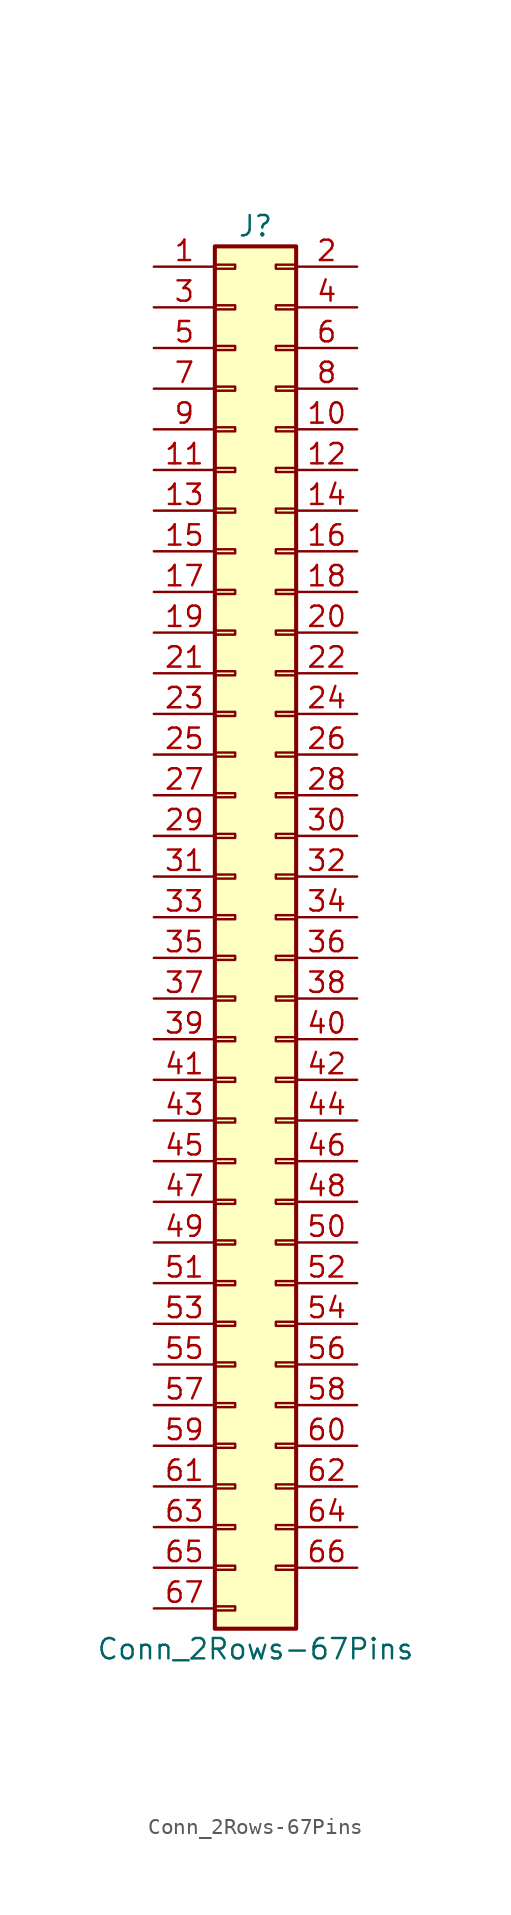
<source format=kicad_sym>
(kicad_symbol_lib
  (version 20201005)
  (generator kicad_symbol_editor)
  (symbol "Connector_Generic:Conn_2Rows-67Pins"
    (pin_names
      (offset 1.016) hide)
    (property "Reference" "J"
      (at 1.27 43.18 0)
      (effects (font (size 1.27 1.27))))
    (property "Value" "Conn_2Rows-67Pins"
      (at 1.27 -45.72 0)
      (effects (font (size 1.27 1.27))))
    (symbol "Conn_2Rows-67Pins_1_1"
      (rectangle (start -1.27 -27.813) (end 0 -28.067) (stroke (width 0.152)) (fill (type none)))
      (rectangle (start -1.27 -30.353) (end 0 -30.607) (stroke (width 0.152)) (fill (type none)))
      (rectangle (start -1.27 -32.893) (end 0 -33.147) (stroke (width 0.152)) (fill (type none)))
      (rectangle (start -1.27 -35.433) (end 0 -35.687) (stroke (width 0.152)) (fill (type none)))
      (rectangle (start -1.27 -37.973) (end 0 -38.227) (stroke (width 0.152)) (fill (type none)))
      (rectangle (start -1.27 -40.513) (end 0 -40.767) (stroke (width 0.152)) (fill (type none)))
      (rectangle (start -1.27 -43.053) (end 0 -43.307) (stroke (width 0.152)) (fill (type none)))
      (rectangle (start -1.27 -4.953) (end 0 -5.207) (stroke (width 0.152)) (fill (type none)))
      (rectangle (start -1.27 -7.493) (end 0 -7.747) (stroke (width 0.152)) (fill (type none)))
      (rectangle (start -1.27 -10.033) (end 0 -10.287) (stroke (width 0.152)) (fill (type none)))
      (rectangle (start -1.27 -12.573) (end 0 -12.827) (stroke (width 0.152)) (fill (type none)))
      (rectangle (start -1.27 -15.113) (end 0 -15.367) (stroke (width 0.152)) (fill (type none)))
      (rectangle (start -1.27 -17.653) (end 0 -17.907) (stroke (width 0.152)) (fill (type none)))
      (rectangle (start -1.27 -20.193) (end 0 -20.447) (stroke (width 0.152)) (fill (type none)))
      (rectangle (start -1.27 -22.733) (end 0 -22.987) (stroke (width 0.152)) (fill (type none)))
      (rectangle (start -1.27 -2.413) (end 0 -2.667) (stroke (width 0.152)) (fill (type none)))
      (rectangle (start -1.27 -25.273) (end 0 -25.527) (stroke (width 0.152)) (fill (type none)))
      (rectangle (start -1.27 25.527) (end 0 25.273) (stroke (width 0.152)) (fill (type none)))
      (rectangle (start -1.27 2.667) (end 0 2.413) (stroke (width 0.152)) (fill (type none)))
      (rectangle (start -1.27 28.067) (end 0 27.813) (stroke (width 0.152)) (fill (type none)))
      (rectangle (start -1.27 30.607) (end 0 30.353) (stroke (width 0.152)) (fill (type none)))
      (rectangle (start -1.27 33.147) (end 0 32.893) (stroke (width 0.152)) (fill (type none)))
      (rectangle (start -1.27 35.687) (end 0 35.433) (stroke (width 0.152)) (fill (type none)))
      (rectangle (start -1.27 38.227) (end 0 37.973) (stroke (width 0.152)) (fill (type none)))
      (rectangle (start -1.27 40.767) (end 0 40.513) (stroke (width 0.152)) (fill (type none)))
      (rectangle (start -1.27 41.91) (end 3.81 -44.45) (stroke (width 0.254)) (fill (type background)))
      (rectangle (start -1.27 5.207) (end 0 4.953) (stroke (width 0.152)) (fill (type none)))
      (rectangle (start -1.27 7.747) (end 0 7.493) (stroke (width 0.152)) (fill (type none)))
      (rectangle (start -1.27 10.287) (end 0 10.033) (stroke (width 0.152)) (fill (type none)))
      (rectangle (start -1.27 0.127) (end 0 -0.127) (stroke (width 0.152)) (fill (type none)))
      (rectangle (start -1.27 12.827) (end 0 12.573) (stroke (width 0.152)) (fill (type none)))
      (rectangle (start -1.27 15.367) (end 0 15.113) (stroke (width 0.152)) (fill (type none)))
      (rectangle (start -1.27 17.907) (end 0 17.653) (stroke (width 0.152)) (fill (type none)))
      (rectangle (start -1.27 20.447) (end 0 20.193) (stroke (width 0.152)) (fill (type none)))
      (rectangle (start -1.27 22.987) (end 0 22.733) (stroke (width 0.152)) (fill (type none)))
      (rectangle (start 3.81 -27.813) (end 2.54 -28.067) (stroke (width 0.152)) (fill (type none)))
      (rectangle (start 3.81 -30.353) (end 2.54 -30.607) (stroke (width 0.152)) (fill (type none)))
      (rectangle (start 3.81 -32.893) (end 2.54 -33.147) (stroke (width 0.152)) (fill (type none)))
      (rectangle (start 3.81 -35.433) (end 2.54 -35.687) (stroke (width 0.152)) (fill (type none)))
      (rectangle (start 3.81 -37.973) (end 2.54 -38.227) (stroke (width 0.152)) (fill (type none)))
      (rectangle (start 3.81 -40.513) (end 2.54 -40.767) (stroke (width 0.152)) (fill (type none)))
      (rectangle (start 3.81 -4.953) (end 2.54 -5.207) (stroke (width 0.152)) (fill (type none)))
      (rectangle (start 3.81 -7.493) (end 2.54 -7.747) (stroke (width 0.152)) (fill (type none)))
      (rectangle (start 3.81 -10.033) (end 2.54 -10.287) (stroke (width 0.152)) (fill (type none)))
      (rectangle (start 3.81 -12.573) (end 2.54 -12.827) (stroke (width 0.152)) (fill (type none)))
      (rectangle (start 3.81 -15.113) (end 2.54 -15.367) (stroke (width 0.152)) (fill (type none)))
      (rectangle (start 3.81 -17.653) (end 2.54 -17.907) (stroke (width 0.152)) (fill (type none)))
      (rectangle (start 3.81 -20.193) (end 2.54 -20.447) (stroke (width 0.152)) (fill (type none)))
      (rectangle (start 3.81 -22.733) (end 2.54 -22.987) (stroke (width 0.152)) (fill (type none)))
      (rectangle (start 3.81 -2.413) (end 2.54 -2.667) (stroke (width 0.152)) (fill (type none)))
      (rectangle (start 3.81 -25.273) (end 2.54 -25.527) (stroke (width 0.152)) (fill (type none)))
      (rectangle (start 3.81 25.527) (end 2.54 25.273) (stroke (width 0.152)) (fill (type none)))
      (rectangle (start 3.81 2.667) (end 2.54 2.413) (stroke (width 0.152)) (fill (type none)))
      (rectangle (start 3.81 28.067) (end 2.54 27.813) (stroke (width 0.152)) (fill (type none)))
      (rectangle (start 3.81 30.607) (end 2.54 30.353) (stroke (width 0.152)) (fill (type none)))
      (rectangle (start 3.81 33.147) (end 2.54 32.893) (stroke (width 0.152)) (fill (type none)))
      (rectangle (start 3.81 35.687) (end 2.54 35.433) (stroke (width 0.152)) (fill (type none)))
      (rectangle (start 3.81 38.227) (end 2.54 37.973) (stroke (width 0.152)) (fill (type none)))
      (rectangle (start 3.81 40.767) (end 2.54 40.513) (stroke (width 0.152)) (fill (type none)))
      (rectangle (start 3.81 5.207) (end 2.54 4.953) (stroke (width 0.152)) (fill (type none)))
      (rectangle (start 3.81 7.747) (end 2.54 7.493) (stroke (width 0.152)) (fill (type none)))
      (rectangle (start 3.81 10.287) (end 2.54 10.033) (stroke (width 0.152)) (fill (type none)))
      (rectangle (start 3.81 0.127) (end 2.54 -0.127) (stroke (width 0.152)) (fill (type none)))
      (rectangle (start 3.81 12.827) (end 2.54 12.573) (stroke (width 0.152)) (fill (type none)))
      (rectangle (start 3.81 15.367) (end 2.54 15.113) (stroke (width 0.152)) (fill (type none)))
      (rectangle (start 3.81 17.907) (end 2.54 17.653) (stroke (width 0.152)) (fill (type none)))
      (rectangle (start 3.81 20.447) (end 2.54 20.193) (stroke (width 0.152)) (fill (type none)))
      (rectangle (start 3.81 22.987) (end 2.54 22.733) (stroke (width 0.152)) (fill (type none)))
      (pin passive line (at -5.08 40.64 0) (length 3.81) (name "Pin_1" (effects (font (size 1.27 1.27)))) (number "1" (effects (font (size 1.27 1.27)))))
      (pin passive line (at 7.62 30.48 180) (length 3.81) (name "Pin_10" (effects (font (size 1.27 1.27)))) (number "10" (effects (font (size 1.27 1.27)))))
      (pin passive line (at -5.08 27.94 0) (length 3.81) (name "Pin_11" (effects (font (size 1.27 1.27)))) (number "11" (effects (font (size 1.27 1.27)))))
      (pin passive line (at 7.62 27.94 180) (length 3.81) (name "Pin_12" (effects (font (size 1.27 1.27)))) (number "12" (effects (font (size 1.27 1.27)))))
      (pin passive line (at -5.08 25.4 0) (length 3.81) (name "Pin_13" (effects (font (size 1.27 1.27)))) (number "13" (effects (font (size 1.27 1.27)))))
      (pin passive line (at 7.62 25.4 180) (length 3.81) (name "Pin_14" (effects (font (size 1.27 1.27)))) (number "14" (effects (font (size 1.27 1.27)))))
      (pin passive line (at -5.08 22.86 0) (length 3.81) (name "Pin_15" (effects (font (size 1.27 1.27)))) (number "15" (effects (font (size 1.27 1.27)))))
      (pin passive line (at 7.62 22.86 180) (length 3.81) (name "Pin_16" (effects (font (size 1.27 1.27)))) (number "16" (effects (font (size 1.27 1.27)))))
      (pin passive line (at -5.08 20.32 0) (length 3.81) (name "Pin_17" (effects (font (size 1.27 1.27)))) (number "17" (effects (font (size 1.27 1.27)))))
      (pin passive line (at 7.62 20.32 180) (length 3.81) (name "Pin_18" (effects (font (size 1.27 1.27)))) (number "18" (effects (font (size 1.27 1.27)))))
      (pin passive line (at -5.08 17.78 0) (length 3.81) (name "Pin_19" (effects (font (size 1.27 1.27)))) (number "19" (effects (font (size 1.27 1.27)))))
      (pin passive line (at 7.62 40.64 180) (length 3.81) (name "Pin_2" (effects (font (size 1.27 1.27)))) (number "2" (effects (font (size 1.27 1.27)))))
      (pin passive line (at 7.62 17.78 180) (length 3.81) (name "Pin_20" (effects (font (size 1.27 1.27)))) (number "20" (effects (font (size 1.27 1.27)))))
      (pin passive line (at -5.08 15.24 0) (length 3.81) (name "Pin_21" (effects (font (size 1.27 1.27)))) (number "21" (effects (font (size 1.27 1.27)))))
      (pin passive line (at 7.62 15.24 180) (length 3.81) (name "Pin_22" (effects (font (size 1.27 1.27)))) (number "22" (effects (font (size 1.27 1.27)))))
      (pin passive line (at -5.08 12.7 0) (length 3.81) (name "Pin_23" (effects (font (size 1.27 1.27)))) (number "23" (effects (font (size 1.27 1.27)))))
      (pin passive line (at 7.62 12.7 180) (length 3.81) (name "Pin_24" (effects (font (size 1.27 1.27)))) (number "24" (effects (font (size 1.27 1.27)))))
      (pin passive line (at -5.08 10.16 0) (length 3.81) (name "Pin_25" (effects (font (size 1.27 1.27)))) (number "25" (effects (font (size 1.27 1.27)))))
      (pin passive line (at 7.62 10.16 180) (length 3.81) (name "Pin_26" (effects (font (size 1.27 1.27)))) (number "26" (effects (font (size 1.27 1.27)))))
      (pin passive line (at -5.08 7.62 0) (length 3.81) (name "Pin_27" (effects (font (size 1.27 1.27)))) (number "27" (effects (font (size 1.27 1.27)))))
      (pin passive line (at 7.62 7.62 180) (length 3.81) (name "Pin_28" (effects (font (size 1.27 1.27)))) (number "28" (effects (font (size 1.27 1.27)))))
      (pin passive line (at -5.08 5.08 0) (length 3.81) (name "Pin_29" (effects (font (size 1.27 1.27)))) (number "29" (effects (font (size 1.27 1.27)))))
      (pin passive line (at -5.08 38.1 0) (length 3.81) (name "Pin_3" (effects (font (size 1.27 1.27)))) (number "3" (effects (font (size 1.27 1.27)))))
      (pin passive line (at 7.62 5.08 180) (length 3.81) (name "Pin_30" (effects (font (size 1.27 1.27)))) (number "30" (effects (font (size 1.27 1.27)))))
      (pin passive line (at -5.08 2.54 0) (length 3.81) (name "Pin_31" (effects (font (size 1.27 1.27)))) (number "31" (effects (font (size 1.27 1.27)))))
      (pin passive line (at 7.62 2.54 180) (length 3.81) (name "Pin_32" (effects (font (size 1.27 1.27)))) (number "32" (effects (font (size 1.27 1.27)))))
      (pin passive line (at -5.08 0 0) (length 3.81) (name "Pin_33" (effects (font (size 1.27 1.27)))) (number "33" (effects (font (size 1.27 1.27)))))
      (pin passive line (at 7.62 0 180) (length 3.81) (name "Pin_34" (effects (font (size 1.27 1.27)))) (number "34" (effects (font (size 1.27 1.27)))))
      (pin passive line (at -5.08 -2.54 0) (length 3.81) (name "Pin_35" (effects (font (size 1.27 1.27)))) (number "35" (effects (font (size 1.27 1.27)))))
      (pin passive line (at 7.62 -2.54 180) (length 3.81) (name "Pin_36" (effects (font (size 1.27 1.27)))) (number "36" (effects (font (size 1.27 1.27)))))
      (pin passive line (at -5.08 -5.08 0) (length 3.81) (name "Pin_37" (effects (font (size 1.27 1.27)))) (number "37" (effects (font (size 1.27 1.27)))))
      (pin passive line (at 7.62 -5.08 180) (length 3.81) (name "Pin_38" (effects (font (size 1.27 1.27)))) (number "38" (effects (font (size 1.27 1.27)))))
      (pin passive line (at -5.08 -7.62 0) (length 3.81) (name "Pin_39" (effects (font (size 1.27 1.27)))) (number "39" (effects (font (size 1.27 1.27)))))
      (pin passive line (at 7.62 38.1 180) (length 3.81) (name "Pin_4" (effects (font (size 1.27 1.27)))) (number "4" (effects (font (size 1.27 1.27)))))
      (pin passive line (at 7.62 -7.62 180) (length 3.81) (name "Pin_40" (effects (font (size 1.27 1.27)))) (number "40" (effects (font (size 1.27 1.27)))))
      (pin passive line (at -5.08 -10.16 0) (length 3.81) (name "Pin_41" (effects (font (size 1.27 1.27)))) (number "41" (effects (font (size 1.27 1.27)))))
      (pin passive line (at 7.62 -10.16 180) (length 3.81) (name "Pin_42" (effects (font (size 1.27 1.27)))) (number "42" (effects (font (size 1.27 1.27)))))
      (pin passive line (at -5.08 -12.7 0) (length 3.81) (name "Pin_43" (effects (font (size 1.27 1.27)))) (number "43" (effects (font (size 1.27 1.27)))))
      (pin passive line (at 7.62 -12.7 180) (length 3.81) (name "Pin_44" (effects (font (size 1.27 1.27)))) (number "44" (effects (font (size 1.27 1.27)))))
      (pin passive line (at -5.08 -15.24 0) (length 3.81) (name "Pin_45" (effects (font (size 1.27 1.27)))) (number "45" (effects (font (size 1.27 1.27)))))
      (pin passive line (at 7.62 -15.24 180) (length 3.81) (name "Pin_46" (effects (font (size 1.27 1.27)))) (number "46" (effects (font (size 1.27 1.27)))))
      (pin passive line (at -5.08 -17.78 0) (length 3.81) (name "Pin_47" (effects (font (size 1.27 1.27)))) (number "47" (effects (font (size 1.27 1.27)))))
      (pin passive line (at 7.62 -17.78 180) (length 3.81) (name "Pin_48" (effects (font (size 1.27 1.27)))) (number "48" (effects (font (size 1.27 1.27)))))
      (pin passive line (at -5.08 -20.32 0) (length 3.81) (name "Pin_49" (effects (font (size 1.27 1.27)))) (number "49" (effects (font (size 1.27 1.27)))))
      (pin passive line (at -5.08 35.56 0) (length 3.81) (name "Pin_5" (effects (font (size 1.27 1.27)))) (number "5" (effects (font (size 1.27 1.27)))))
      (pin passive line (at 7.62 -20.32 180) (length 3.81) (name "Pin_50" (effects (font (size 1.27 1.27)))) (number "50" (effects (font (size 1.27 1.27)))))
      (pin passive line (at -5.08 -22.86 0) (length 3.81) (name "Pin_51" (effects (font (size 1.27 1.27)))) (number "51" (effects (font (size 1.27 1.27)))))
      (pin passive line (at 7.62 -22.86 180) (length 3.81) (name "Pin_52" (effects (font (size 1.27 1.27)))) (number "52" (effects (font (size 1.27 1.27)))))
      (pin passive line (at -5.08 -25.4 0) (length 3.81) (name "Pin_53" (effects (font (size 1.27 1.27)))) (number "53" (effects (font (size 1.27 1.27)))))
      (pin passive line (at 7.62 -25.4 180) (length 3.81) (name "Pin_54" (effects (font (size 1.27 1.27)))) (number "54" (effects (font (size 1.27 1.27)))))
      (pin passive line (at -5.08 -27.94 0) (length 3.81) (name "Pin_55" (effects (font (size 1.27 1.27)))) (number "55" (effects (font (size 1.27 1.27)))))
      (pin passive line (at 7.62 -27.94 180) (length 3.81) (name "Pin_56" (effects (font (size 1.27 1.27)))) (number "56" (effects (font (size 1.27 1.27)))))
      (pin passive line (at -5.08 -30.48 0) (length 3.81) (name "Pin_57" (effects (font (size 1.27 1.27)))) (number "57" (effects (font (size 1.27 1.27)))))
      (pin passive line (at 7.62 -30.48 180) (length 3.81) (name "Pin_58" (effects (font (size 1.27 1.27)))) (number "58" (effects (font (size 1.27 1.27)))))
      (pin passive line (at -5.08 -33.02 0) (length 3.81) (name "Pin_59" (effects (font (size 1.27 1.27)))) (number "59" (effects (font (size 1.27 1.27)))))
      (pin passive line (at 7.62 35.56 180) (length 3.81) (name "Pin_6" (effects (font (size 1.27 1.27)))) (number "6" (effects (font (size 1.27 1.27)))))
      (pin passive line (at 7.62 -33.02 180) (length 3.81) (name "Pin_60" (effects (font (size 1.27 1.27)))) (number "60" (effects (font (size 1.27 1.27)))))
      (pin passive line (at -5.08 -35.56 0) (length 3.81) (name "Pin_61" (effects (font (size 1.27 1.27)))) (number "61" (effects (font (size 1.27 1.27)))))
      (pin passive line (at 7.62 -35.56 180) (length 3.81) (name "Pin_62" (effects (font (size 1.27 1.27)))) (number "62" (effects (font (size 1.27 1.27)))))
      (pin passive line (at -5.08 -38.1 0) (length 3.81) (name "Pin_63" (effects (font (size 1.27 1.27)))) (number "63" (effects (font (size 1.27 1.27)))))
      (pin passive line (at 7.62 -38.1 180) (length 3.81) (name "Pin_64" (effects (font (size 1.27 1.27)))) (number "64" (effects (font (size 1.27 1.27)))))
      (pin passive line (at -5.08 -40.64 0) (length 3.81) (name "Pin_65" (effects (font (size 1.27 1.27)))) (number "65" (effects (font (size 1.27 1.27)))))
      (pin passive line (at 7.62 -40.64 180) (length 3.81) (name "Pin_66" (effects (font (size 1.27 1.27)))) (number "66" (effects (font (size 1.27 1.27)))))
      (pin passive line (at -5.08 -43.18 0) (length 3.81) (name "Pin_67" (effects (font (size 1.27 1.27)))) (number "67" (effects (font (size 1.27 1.27)))))
      (pin passive line (at -5.08 33.02 0) (length 3.81) (name "Pin_7" (effects (font (size 1.27 1.27)))) (number "7" (effects (font (size 1.27 1.27)))))
      (pin passive line (at 7.62 33.02 180) (length 3.81) (name "Pin_8" (effects (font (size 1.27 1.27)))) (number "8" (effects (font (size 1.27 1.27)))))
      (pin passive line (at -5.08 30.48 0) (length 3.81) (name "Pin_9" (effects (font (size 1.27 1.27)))) (number "9" (effects (font (size 1.27 1.27))))))))
</source>
